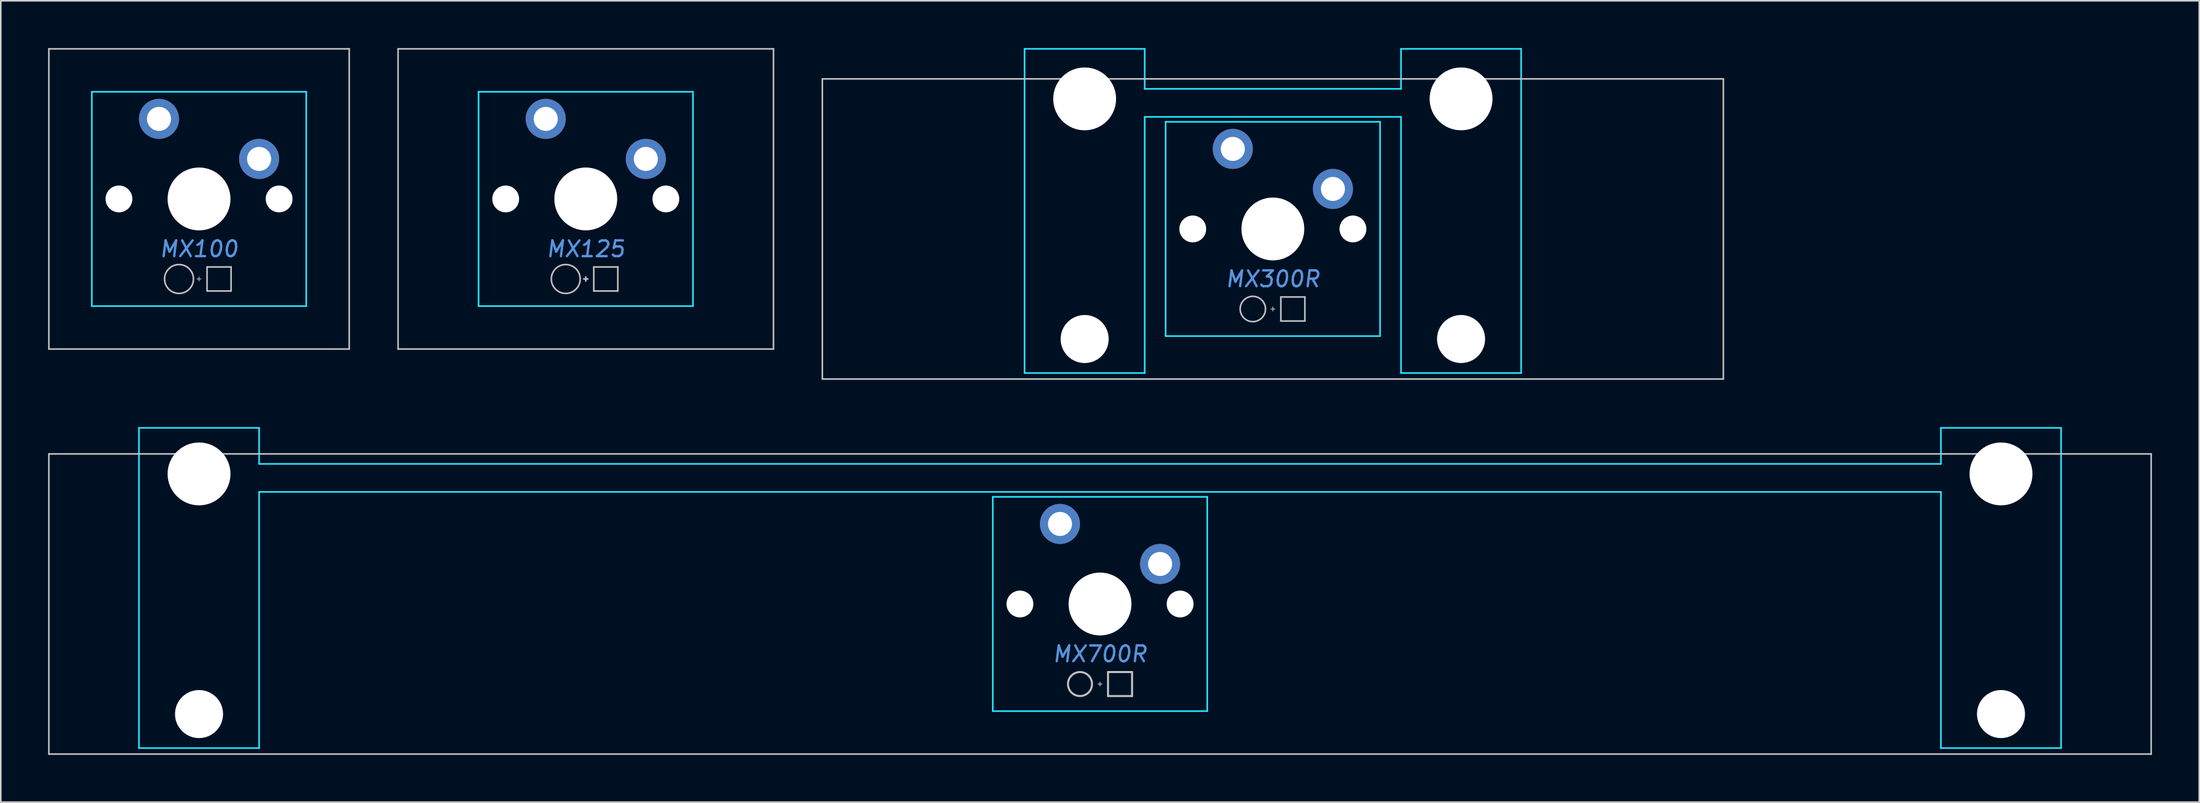
<source format=kicad_pcb>
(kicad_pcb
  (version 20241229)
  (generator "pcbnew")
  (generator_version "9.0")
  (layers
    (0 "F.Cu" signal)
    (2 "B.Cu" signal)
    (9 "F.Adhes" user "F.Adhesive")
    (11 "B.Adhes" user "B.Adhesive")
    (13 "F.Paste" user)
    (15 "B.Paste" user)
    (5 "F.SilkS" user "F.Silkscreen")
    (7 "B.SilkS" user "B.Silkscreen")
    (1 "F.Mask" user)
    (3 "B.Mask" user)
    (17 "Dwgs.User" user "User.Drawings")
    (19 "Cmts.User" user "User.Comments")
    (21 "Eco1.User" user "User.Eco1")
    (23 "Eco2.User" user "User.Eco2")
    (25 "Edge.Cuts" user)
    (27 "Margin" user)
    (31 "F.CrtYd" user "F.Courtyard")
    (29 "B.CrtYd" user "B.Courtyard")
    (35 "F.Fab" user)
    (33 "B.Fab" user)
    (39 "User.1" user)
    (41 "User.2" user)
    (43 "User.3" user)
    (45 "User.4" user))
  (footprint "MX125"
    (layer "F.Cu")
    (at 34.106 9.575)
    (property "Reference" "MX125" (at 0 3.175 0) (layer "Cmts.User") (effects (font (size 1 1) (thickness 0.15) (italic yes))))
    (attr through_hole)
    (fp_line (start -11.906 -9.525) (end -11.906 9.525) (stroke (width 0.1) (type solid)) (layer "Dwgs.User"))
    (fp_line (start -11.906 -9.525) (end 11.906 -9.525) (stroke (width 0.1) (type solid)) (layer "Dwgs.User"))
    (fp_line (start -11.906 9.525) (end 11.906 9.525) (stroke (width 0.1) (type solid)) (layer "Dwgs.User"))
    (fp_line (start -0.127 5.08) (end 0.127 5.08) (stroke (width 0.1) (type solid)) (layer "Dwgs.User"))
    (fp_line (start 0 4.953) (end 0 5.207) (stroke (width 0.1) (type solid)) (layer "Dwgs.User"))
    (fp_line (start 0.508 4.318) (end 2.032 4.318) (stroke (width 0.1) (type solid)) (layer "Dwgs.User"))
    (fp_line (start 0.508 5.842) (end 0.508 4.318) (stroke (width 0.1) (type solid)) (layer "Dwgs.User"))
    (fp_line (start 2.032 4.318) (end 2.032 5.842) (stroke (width 0.1) (type solid)) (layer "Dwgs.User"))
    (fp_line (start 2.032 5.842) (end 0.508 5.842) (stroke (width 0.1) (type solid)) (layer "Dwgs.User"))
    (fp_line (start 11.906 -9.525) (end 11.906 9.525) (stroke (width 0.1) (type solid)) (layer "Dwgs.User"))
    (fp_circle (center -1.27 5.08) (end -0.354 5.08) (stroke (width 0.1) (type solid)) (fill no) (layer "Dwgs.User"))
    (fp_line (start -7 6.5) (end -7 -6.5) (stroke (width 0.1) (type solid)) (layer "Eco1.User"))
    (fp_line (start -6.5 -7) (end 6.5 -7) (stroke (width 0.1) (type solid)) (layer "Eco1.User"))
    (fp_line (start 6.5 7) (end -6.5 7) (stroke (width 0.1) (type solid)) (layer "Eco1.User"))
    (fp_line (start 7 -6.5) (end 7 6.5) (stroke (width 0.1) (type solid)) (layer "Eco1.User"))
    (fp_arc (start -7 -6.5) (mid -6.853553 -6.853553) (end -6.5 -7) (stroke (width 0.1) (type solid)) (layer "Eco1.User"))
    (fp_arc (start -6.5 7) (mid -6.853553 6.853553) (end -7 6.5) (stroke (width 0.1) (type solid)) (layer "Eco1.User"))
    (fp_arc (start 6.5 -7) (mid 6.853553 -6.853553) (end 7 -6.5) (stroke (width 0.1) (type solid)) (layer "Eco1.User"))
    (fp_arc (start 7 6.5) (mid 6.853553 6.853553) (end 6.5 7) (stroke (width 0.1) (type solid)) (layer "Eco1.User"))
    (fp_line (start -6.8 -6.8) (end -6.8 6.8) (stroke (width 0.1) (type solid)) (layer "B.CrtYd"))
    (fp_line (start -6.8 -6.8) (end 6.8 -6.8) (stroke (width 0.1) (type solid)) (layer "B.CrtYd"))
    (fp_line (start -6.8 6.8) (end 6.8 6.8) (stroke (width 0.1) (type solid)) (layer "B.CrtYd"))
    (fp_line (start 6.8 6.8) (end 6.8 -6.8) (stroke (width 0.1) (type solid)) (layer "B.CrtYd"))
    (pad "" np_thru_hole circle (at -5.08 0) (size 1.702 1.702) (drill 1.702) (layers "*.Cu" "*.Mask"))
    (pad "" np_thru_hole circle (at 0 0) (size 3.988 3.988) (drill 3.988) (layers "*.Cu" "*.Mask"))
    (pad "" np_thru_hole circle (at 5.08 0) (size 1.702 1.702) (drill 1.702) (layers "*.Cu" "*.Mask"))
    (pad "1" thru_hole circle (at -2.54 -5.08) (size 2.54 2.54) (drill 1.524) (layers "*.Cu" "*.Mask"))
    (pad "2" thru_hole circle (at 3.81 -2.54) (size 2.54 2.54) (drill 1.524) (layers "*.Cu" "*.Mask")))
  (footprint "MX100"
    (layer "F.Cu")
    (at 9.575 9.575)
    (property "Reference" "MX100" (at 0 3.175 0) (layer "Cmts.User") (effects (font (size 1 1) (thickness 0.15) (italic yes))))
    (attr through_hole)
    (fp_line (start -9.525 -9.525) (end 9.525 -9.525) (stroke (width 0.1) (type solid)) (layer "Dwgs.User"))
    (fp_line (start -9.525 9.525) (end -9.525 -9.525) (stroke (width 0.1) (type solid)) (layer "Dwgs.User"))
    (fp_line (start -0.127 5.08) (end 0.127 5.08) (stroke (width 0.05) (type solid)) (layer "Dwgs.User"))
    (fp_line (start 0 4.953) (end 0 5.207) (stroke (width 0.05) (type solid)) (layer "Dwgs.User"))
    (fp_line (start 0.508 4.318) (end 0.508 5.842) (stroke (width 0.1) (type solid)) (layer "Dwgs.User"))
    (fp_line (start 0.508 4.318) (end 2.032 4.318) (stroke (width 0.1) (type solid)) (layer "Dwgs.User"))
    (fp_line (start 2.032 5.842) (end 0.508 5.842) (stroke (width 0.1) (type solid)) (layer "Dwgs.User"))
    (fp_line (start 2.032 5.842) (end 2.032 4.318) (stroke (width 0.1) (type solid)) (layer "Dwgs.User"))
    (fp_line (start 9.525 -9.525) (end 9.525 9.525) (stroke (width 0.1) (type solid)) (layer "Dwgs.User"))
    (fp_line (start 9.525 9.525) (end -9.525 9.525) (stroke (width 0.1) (type solid)) (layer "Dwgs.User"))
    (fp_circle (center -1.27 5.08) (end -0.354 5.08) (stroke (width 0.1) (type solid)) (fill no) (layer "Dwgs.User"))
    (fp_line (start -7 -6.5) (end -7 6.5) (stroke (width 0.1) (type solid)) (layer "Eco1.User"))
    (fp_line (start -6.5 7) (end 6.5 7) (stroke (width 0.1) (type solid)) (layer "Eco1.User"))
    (fp_line (start 6.5 -7) (end -6.5 -7) (stroke (width 0.1) (type solid)) (layer "Eco1.User"))
    (fp_line (start 7 6.5) (end 7 -6.5) (stroke (width 0.1) (type solid)) (layer "Eco1.User"))
    (fp_arc (start -7 -6.5) (mid -6.853553 -6.853553) (end -6.5 -7) (stroke (width 0.1) (type solid)) (layer "Eco1.User"))
    (fp_arc (start -6.5 7) (mid -6.853553 6.853553) (end -7 6.5) (stroke (width 0.1) (type solid)) (layer "Eco1.User"))
    (fp_arc (start 6.5 -7) (mid 6.853553 -6.853553) (end 7 -6.5) (stroke (width 0.1) (type solid)) (layer "Eco1.User"))
    (fp_arc (start 7 6.5) (mid 6.853553 6.853553) (end 6.5 7) (stroke (width 0.1) (type solid)) (layer "Eco1.User"))
    (fp_line (start -6.8 -6.8) (end -6.8 6.8) (stroke (width 0.1) (type solid)) (layer "B.CrtYd"))
    (fp_line (start -6.8 -6.8) (end 6.8 -6.8) (stroke (width 0.1) (type solid)) (layer "B.CrtYd"))
    (fp_line (start -6.8 6.8) (end 6.8 6.8) (stroke (width 0.1) (type solid)) (layer "B.CrtYd"))
    (fp_line (start 6.8 -6.8) (end 6.8 6.8) (stroke (width 0.1) (type solid)) (layer "B.CrtYd"))
    (pad "" np_thru_hole circle (at -5.08 0) (size 1.702 1.702) (drill 1.702) (layers "*.Cu" "*.Mask"))
    (pad "" np_thru_hole circle (at 0 0) (size 3.988 3.988) (drill 3.988) (layers "*.Cu" "*.Mask"))
    (pad "" np_thru_hole circle (at 5.08 0) (size 1.702 1.702) (drill 1.702) (layers "*.Cu" "*.Mask"))
    (pad "1" thru_hole circle (at -2.54 -5.08) (size 2.54 2.54) (drill 1.525) (layers "*.Cu" "*.Mask"))
    (pad "2" thru_hole circle (at 3.81 -2.54 90) (size 2.54 2.54) (drill 1.525) (layers "*.Cu" "*.Mask")))
  (footprint "MX300R"
    (layer "F.Cu")
    (at 77.688 11.48)
    (property "Reference" "MX300R" (at 0 3.175 0) (layer "Cmts.User") (effects (font (size 1 1) (thickness 0.15) (italic yes))))
    (attr through_hole)
    (fp_line (start -28.575 -9.525) (end -28.575 9.525) (stroke (width 0.1) (type solid)) (layer "Dwgs.User"))
    (fp_line (start -28.575 -9.525) (end 28.575 -9.525) (stroke (width 0.1) (type solid)) (layer "Dwgs.User"))
    (fp_line (start -28.575 9.525) (end 28.575 9.525) (stroke (width 0.1) (type solid)) (layer "Dwgs.User"))
    (fp_line (start -0.127 5.08) (end 0.127 5.08) (stroke (width 0.05) (type solid)) (layer "Dwgs.User"))
    (fp_line (start 0 5.207) (end 0 4.953) (stroke (width 0.05) (type solid)) (layer "Dwgs.User"))
    (fp_line (start 0.508 4.318) (end 0.508 5.842) (stroke (width 0.1) (type solid)) (layer "Dwgs.User"))
    (fp_line (start 0.508 4.318) (end 2.032 4.318) (stroke (width 0.1) (type solid)) (layer "Dwgs.User"))
    (fp_line (start 0.508 5.842) (end 2.032 5.842) (stroke (width 0.1) (type solid)) (layer "Dwgs.User"))
    (fp_line (start 2.032 5.842) (end 2.032 4.318) (stroke (width 0.1) (type solid)) (layer "Dwgs.User"))
    (fp_line (start 28.575 -9.525) (end 28.575 9.525) (stroke (width 0.1) (type solid)) (layer "Dwgs.User"))
    (fp_circle (center -1.27 5.08) (end -0.467 5.08) (stroke (width 0.1) (type solid)) (fill no) (layer "Dwgs.User"))
    (fp_line (start -15.438 -8.515) (end -15.438 5.485) (stroke (width 0.1) (type solid)) (layer "Eco1.User"))
    (fp_line (start -14.938 -9.015) (end -8.938 -9.015) (stroke (width 0.1) (type solid)) (layer "Eco1.User"))
    (fp_line (start -8.938 5.985) (end -14.938 5.985) (stroke (width 0.1) (type solid)) (layer "Eco1.User"))
    (fp_line (start -8.438 5.485) (end -8.438 -8.515) (stroke (width 0.1) (type solid)) (layer "Eco1.User"))
    (fp_line (start -7 -6.5) (end -7 6.5) (stroke (width 0.1) (type solid)) (layer "Eco1.User"))
    (fp_line (start -6.5 7) (end 6.5 7) (stroke (width 0.1) (type solid)) (layer "Eco1.User"))
    (fp_line (start 6.5 -7) (end -6.5 -7) (stroke (width 0.1) (type solid)) (layer "Eco1.User"))
    (fp_line (start 7 6.5) (end 7 -6.5) (stroke (width 0.1) (type solid)) (layer "Eco1.User"))
    (fp_line (start 8.438 -8.515) (end 8.438 5.485) (stroke (width 0.1) (type solid)) (layer "Eco1.User"))
    (fp_line (start 8.938 -9.015) (end 14.938 -9.015) (stroke (width 0.1) (type solid)) (layer "Eco1.User"))
    (fp_line (start 14.938 5.985) (end 8.938 5.985) (stroke (width 0.1) (type solid)) (layer "Eco1.User"))
    (fp_line (start 15.438 5.485) (end 15.438 -8.515) (stroke (width 0.1) (type solid)) (layer "Eco1.User"))
    (fp_arc (start -15.438 -8.515) (mid -15.291553 -8.868553) (end -14.938 -9.015) (stroke (width 0.1) (type solid)) (layer "Eco1.User"))
    (fp_arc (start -14.938 5.985) (mid -15.291553 5.838553) (end -15.438 5.485) (stroke (width 0.1) (type solid)) (layer "Eco1.User"))
    (fp_arc (start -8.938 -9.015) (mid -8.584447 -8.868553) (end -8.438 -8.515) (stroke (width 0.1) (type solid)) (layer "Eco1.User"))
    (fp_arc (start -8.438 5.485) (mid -8.584447 5.838553) (end -8.938 5.985) (stroke (width 0.1) (type solid)) (layer "Eco1.User"))
    (fp_arc (start -7 -6.5) (mid -6.853553 -6.853553) (end -6.5 -7) (stroke (width 0.1) (type solid)) (layer "Eco1.User"))
    (fp_arc (start -6.5 7) (mid -6.853553 6.853553) (end -7 6.5) (stroke (width 0.1) (type solid)) (layer "Eco1.User"))
    (fp_arc (start 6.5 -7) (mid 6.853553 -6.853553) (end 7 -6.5) (stroke (width 0.1) (type solid)) (layer "Eco1.User"))
    (fp_arc (start 7 6.5) (mid 6.853553 6.853553) (end 6.5 7) (stroke (width 0.1) (type solid)) (layer "Eco1.User"))
    (fp_arc (start 8.438 -8.515) (mid 8.584447 -8.868553) (end 8.938 -9.015) (stroke (width 0.1) (type solid)) (layer "Eco1.User"))
    (fp_arc (start 8.938 5.985) (mid 8.584447 5.838553) (end 8.438 5.485) (stroke (width 0.1) (type solid)) (layer "Eco1.User"))
    (fp_arc (start 14.938 -9.015) (mid 15.291553 -8.868553) (end 15.438 -8.515) (stroke (width 0.1) (type solid)) (layer "Eco1.User"))
    (fp_arc (start 15.438 5.485) (mid 15.291553 5.838553) (end 14.938 5.985) (stroke (width 0.1) (type solid)) (layer "Eco1.User"))
    (fp_line (start -15.748 -11.43) (end -8.128 -11.43) (stroke (width 0.1) (type solid)) (layer "B.CrtYd"))
    (fp_line (start -15.748 9.144) (end -15.748 -11.43) (stroke (width 0.1) (type solid)) (layer "B.CrtYd"))
    (fp_line (start -8.128 -11.43) (end -8.128 -8.89) (stroke (width 0.1) (type solid)) (layer "B.CrtYd"))
    (fp_line (start -8.128 9.144) (end -15.748 9.144) (stroke (width 0.1) (type solid)) (layer "B.CrtYd"))
    (fp_line (start -8.128 9.144) (end -8.128 -7.112) (stroke (width 0.1) (type solid)) (layer "B.CrtYd"))
    (fp_line (start -6.8 6.8) (end -6.8 -6.8) (stroke (width 0.1) (type solid)) (layer "B.CrtYd"))
    (fp_line (start 6.8 -6.8) (end -6.8 -6.8) (stroke (width 0.1) (type solid)) (layer "B.CrtYd"))
    (fp_line (start 6.8 6.8) (end -6.8 6.8) (stroke (width 0.1) (type solid)) (layer "B.CrtYd"))
    (fp_line (start 6.8 6.8) (end 6.8 -6.8) (stroke (width 0.1) (type solid)) (layer "B.CrtYd"))
    (fp_line (start 8.128 -11.43) (end 8.128 -8.89) (stroke (width 0.1) (type solid)) (layer "B.CrtYd"))
    (fp_line (start 8.128 -11.43) (end 15.748 -11.43) (stroke (width 0.1) (type solid)) (layer "B.CrtYd"))
    (fp_line (start 8.128 -8.89) (end -8.128 -8.89) (stroke (width 0.1) (type solid)) (layer "B.CrtYd"))
    (fp_line (start 8.128 -7.112) (end -8.128 -7.112) (stroke (width 0.1) (type solid)) (layer "B.CrtYd"))
    (fp_line (start 8.128 9.144) (end 8.128 -7.112) (stroke (width 0.1) (type solid)) (layer "B.CrtYd"))
    (fp_line (start 15.748 -11.43) (end 15.748 9.144) (stroke (width 0.1) (type solid)) (layer "B.CrtYd"))
    (fp_line (start 15.748 9.144) (end 8.128 9.144) (stroke (width 0.1) (type solid)) (layer "B.CrtYd"))
    (pad "" np_thru_hole circle (at -11.938 -8.255 180) (size 3.988 3.988) (drill 3.988) (layers "*.Cu" "*.Mask"))
    (pad "" np_thru_hole circle (at -11.938 6.985 180) (size 3.048 3.048) (drill 3.048) (layers "*.Cu" "*.Mask"))
    (pad "" np_thru_hole circle (at -5.08 0) (size 1.702 1.702) (drill 1.702) (layers "*.Cu" "*.Mask"))
    (pad "" np_thru_hole circle (at 0 0) (size 3.988 3.988) (drill 3.988) (layers "*.Cu" "*.Mask"))
    (pad "" np_thru_hole circle (at 5.08 0) (size 1.702 1.702) (drill 1.702) (layers "*.Cu" "*.Mask"))
    (pad "" np_thru_hole circle (at 11.938 -8.255 180) (size 3.988 3.988) (drill 3.988) (layers "*.Cu" "*.Mask"))
    (pad "" np_thru_hole circle (at 11.938 6.985 180) (size 3.048 3.048) (drill 3.048) (layers "*.Cu" "*.Mask"))
    (pad "1" thru_hole circle (at -2.54 -5.08) (size 2.54 2.54) (drill 1.524) (layers "*.Cu" "*.Mask"))
    (pad "2" thru_hole circle (at 3.81 -2.54) (size 2.54 2.54) (drill 1.524) (layers "*.Cu" "*.Mask")))
  (footprint "MX700R"
    (layer "F.Cu")
    (at 66.725 35.281)
    (property "Reference" "MX700R" (at 0 3.175 0) (layer "Cmts.User") (effects (font (size 1 1) (thickness 0.15) (italic yes))))
    (attr through_hole)
    (fp_line (start -66.675 -9.525) (end -66.675 9.525) (stroke (width 0.1) (type solid)) (layer "Dwgs.User"))
    (fp_line (start -66.675 -9.525) (end 66.675 -9.525) (stroke (width 0.1) (type solid)) (layer "Dwgs.User"))
    (fp_line (start -66.675 9.525) (end 66.675 9.525) (stroke (width 0.1) (type solid)) (layer "Dwgs.User"))
    (fp_line (start -0.127 5.08) (end 0.127 5.08) (stroke (width 0.051) (type solid)) (layer "Dwgs.User"))
    (fp_line (start 0 4.953) (end 0 5.207) (stroke (width 0.051) (type solid)) (layer "Dwgs.User"))
    (fp_line (start 0.508 4.318) (end 0.508 5.842) (stroke (width 0.127) (type solid)) (layer "Dwgs.User"))
    (fp_line (start 0.508 4.318) (end 2.032 4.318) (stroke (width 0.127) (type solid)) (layer "Dwgs.User"))
    (fp_line (start 0.508 5.842) (end 2.032 5.842) (stroke (width 0.127) (type solid)) (layer "Dwgs.User"))
    (fp_line (start 2.032 5.842) (end 2.032 4.318) (stroke (width 0.127) (type solid)) (layer "Dwgs.User"))
    (fp_line (start 66.675 -9.525) (end 66.675 9.525) (stroke (width 0.1) (type solid)) (layer "Dwgs.User"))
    (fp_circle (center -1.27 5.08) (end -0.508 5.08) (stroke (width 0.127) (type solid)) (fill no) (layer "Dwgs.User"))
    (fp_line (start -60.65 -5.485) (end -60.65 8.515) (stroke (width 0.1) (type solid)) (layer "Eco1.User"))
    (fp_line (start -60.15 -5.985) (end -54.15 -5.985) (stroke (width 0.1) (type solid)) (layer "Eco1.User"))
    (fp_line (start -54.15 9.015) (end -60.15 9.015) (stroke (width 0.1) (type solid)) (layer "Eco1.User"))
    (fp_line (start -53.65 8.515) (end -53.65 -5.485) (stroke (width 0.1) (type solid)) (layer "Eco1.User"))
    (fp_line (start -7 -6.5) (end -7 6.5) (stroke (width 0.1) (type solid)) (layer "Eco1.User"))
    (fp_line (start -6.5 7) (end 6.5 7) (stroke (width 0.1) (type solid)) (layer "Eco1.User"))
    (fp_line (start 6.5 -7) (end -6.5 -7) (stroke (width 0.1) (type solid)) (layer "Eco1.User"))
    (fp_line (start 7 6.5) (end 7 -6.5) (stroke (width 0.1) (type solid)) (layer "Eco1.User"))
    (fp_line (start 53.65 -5.485) (end 53.65 8.515) (stroke (width 0.1) (type solid)) (layer "Eco1.User"))
    (fp_line (start 54.15 -5.985) (end 60.15 -5.985) (stroke (width 0.1) (type solid)) (layer "Eco1.User"))
    (fp_line (start 60.15 9.015) (end 54.15 9.015) (stroke (width 0.1) (type solid)) (layer "Eco1.User"))
    (fp_line (start 60.65 8.515) (end 60.65 -5.485) (stroke (width 0.1) (type solid)) (layer "Eco1.User"))
    (fp_arc (start -60.65 -5.485) (mid -60.503553 -5.838553) (end -60.15 -5.985) (stroke (width 0.1) (type solid)) (layer "Eco1.User"))
    (fp_arc (start -60.15 9.015) (mid -60.503553 8.868553) (end -60.65 8.515) (stroke (width 0.1) (type solid)) (layer "Eco1.User"))
    (fp_arc (start -54.15 -5.985) (mid -53.796447 -5.838553) (end -53.65 -5.485) (stroke (width 0.1) (type solid)) (layer "Eco1.User"))
    (fp_arc (start -53.65 8.515) (mid -53.796447 8.868553) (end -54.15 9.015) (stroke (width 0.1) (type solid)) (layer "Eco1.User"))
    (fp_arc (start -7 -6.5) (mid -6.853553 -6.853553) (end -6.5 -7) (stroke (width 0.1) (type solid)) (layer "Eco1.User"))
    (fp_arc (start -6.5 7) (mid -6.853553 6.853553) (end -7 6.5) (stroke (width 0.1) (type solid)) (layer "Eco1.User"))
    (fp_arc (start 6.5 -7) (mid 6.853553 -6.853553) (end 7 -6.5) (stroke (width 0.1) (type solid)) (layer "Eco1.User"))
    (fp_arc (start 7 6.5) (mid 6.853553 6.853553) (end 6.5 7) (stroke (width 0.1) (type solid)) (layer "Eco1.User"))
    (fp_arc (start 53.65 -5.485) (mid 53.796447 -5.838553) (end 54.15 -5.985) (stroke (width 0.1) (type solid)) (layer "Eco1.User"))
    (fp_arc (start 54.15 9.015) (mid 53.796447 8.868553) (end 53.65 8.515) (stroke (width 0.1) (type solid)) (layer "Eco1.User"))
    (fp_arc (start 60.15 -5.985) (mid 60.503553 -5.838553) (end 60.65 -5.485) (stroke (width 0.1) (type solid)) (layer "Eco1.User"))
    (fp_arc (start 60.65 8.515) (mid 60.503553 8.868553) (end 60.15 9.015) (stroke (width 0.1) (type solid)) (layer "Eco1.User"))
    (fp_line (start -60.96 9.144) (end -60.96 -11.176) (stroke (width 0.1) (type solid)) (layer "B.CrtYd"))
    (fp_line (start -53.34 -11.176) (end -60.96 -11.176) (stroke (width 0.1) (type solid)) (layer "B.CrtYd"))
    (fp_line (start -53.34 -8.89) (end -53.34 -11.176) (stroke (width 0.1) (type solid)) (layer "B.CrtYd"))
    (fp_line (start -53.34 -7.112) (end -53.34 9.144) (stroke (width 0.1) (type solid)) (layer "B.CrtYd"))
    (fp_line (start -53.34 9.144) (end -60.96 9.144) (stroke (width 0.1) (type solid)) (layer "B.CrtYd"))
    (fp_line (start -6.8 -6.8) (end -6.8 6.8) (stroke (width 0.1) (type solid)) (layer "B.CrtYd"))
    (fp_line (start -6.8 -6.8) (end 6.8 -6.8) (stroke (width 0.1) (type solid)) (layer "B.CrtYd"))
    (fp_line (start -6.8 6.8) (end 6.8 6.8) (stroke (width 0.1) (type solid)) (layer "B.CrtYd"))
    (fp_line (start 6.8 6.8) (end 6.8 -6.8) (stroke (width 0.1) (type solid)) (layer "B.CrtYd"))
    (fp_line (start 53.34 -8.89) (end -53.34 -8.89) (stroke (width 0.1) (type solid)) (layer "B.CrtYd"))
    (fp_line (start 53.34 -8.89) (end 53.34 -11.176) (stroke (width 0.1) (type solid)) (layer "B.CrtYd"))
    (fp_line (start 53.34 -7.112) (end -53.34 -7.112) (stroke (width 0.1) (type solid)) (layer "B.CrtYd"))
    (fp_line (start 53.34 -7.112) (end 53.34 9.144) (stroke (width 0.1) (type solid)) (layer "B.CrtYd"))
    (fp_line (start 60.96 -11.176) (end 53.34 -11.176) (stroke (width 0.1) (type solid)) (layer "B.CrtYd"))
    (fp_line (start 60.96 9.144) (end 53.34 9.144) (stroke (width 0.1) (type solid)) (layer "B.CrtYd"))
    (fp_line (start 60.96 9.144) (end 60.96 -11.176) (stroke (width 0.1) (type solid)) (layer "B.CrtYd"))
    (pad "" np_thru_hole circle (at -57.15 -8.255) (size 3.988 3.988) (drill 3.988) (layers "*.Cu" "*.Mask"))
    (pad "" np_thru_hole circle (at -57.15 6.985) (size 3.048 3.048) (drill 3.048) (layers "*.Cu" "*.Mask"))
    (pad "" np_thru_hole circle (at -5.08 0) (size 1.702 1.702) (drill 1.702) (layers "*.Cu" "*.Mask"))
    (pad "" np_thru_hole circle (at 0 0) (size 3.988 3.988) (drill 3.988) (layers "*.Cu" "*.Mask"))
    (pad "" np_thru_hole circle (at 5.08 0) (size 1.702 1.702) (drill 1.702) (layers "*.Cu" "*.Mask"))
    (pad "" np_thru_hole circle (at 57.15 -8.255) (size 3.988 3.988) (drill 3.988) (layers "*.Cu" "*.Mask"))
    (pad "" np_thru_hole circle (at 57.15 6.985) (size 3.048 3.048) (drill 3.048) (layers "*.Cu" "*.Mask"))
    (pad "1" thru_hole circle (at -2.54 -5.08) (size 2.54 2.54) (drill 1.524) (layers "*.Cu" "*.Mask"))
    (pad "2" thru_hole circle (at 3.81 -2.54) (size 2.54 2.54) (drill 1.524) (layers "*.Cu" "*.Mask")))
  (gr_rect
    (start -3 -3)
    (end 136.45 47.856)
    (stroke (width 0.1) (type default))
    (fill no)
    (layer "Edge.Cuts")))
</source>
